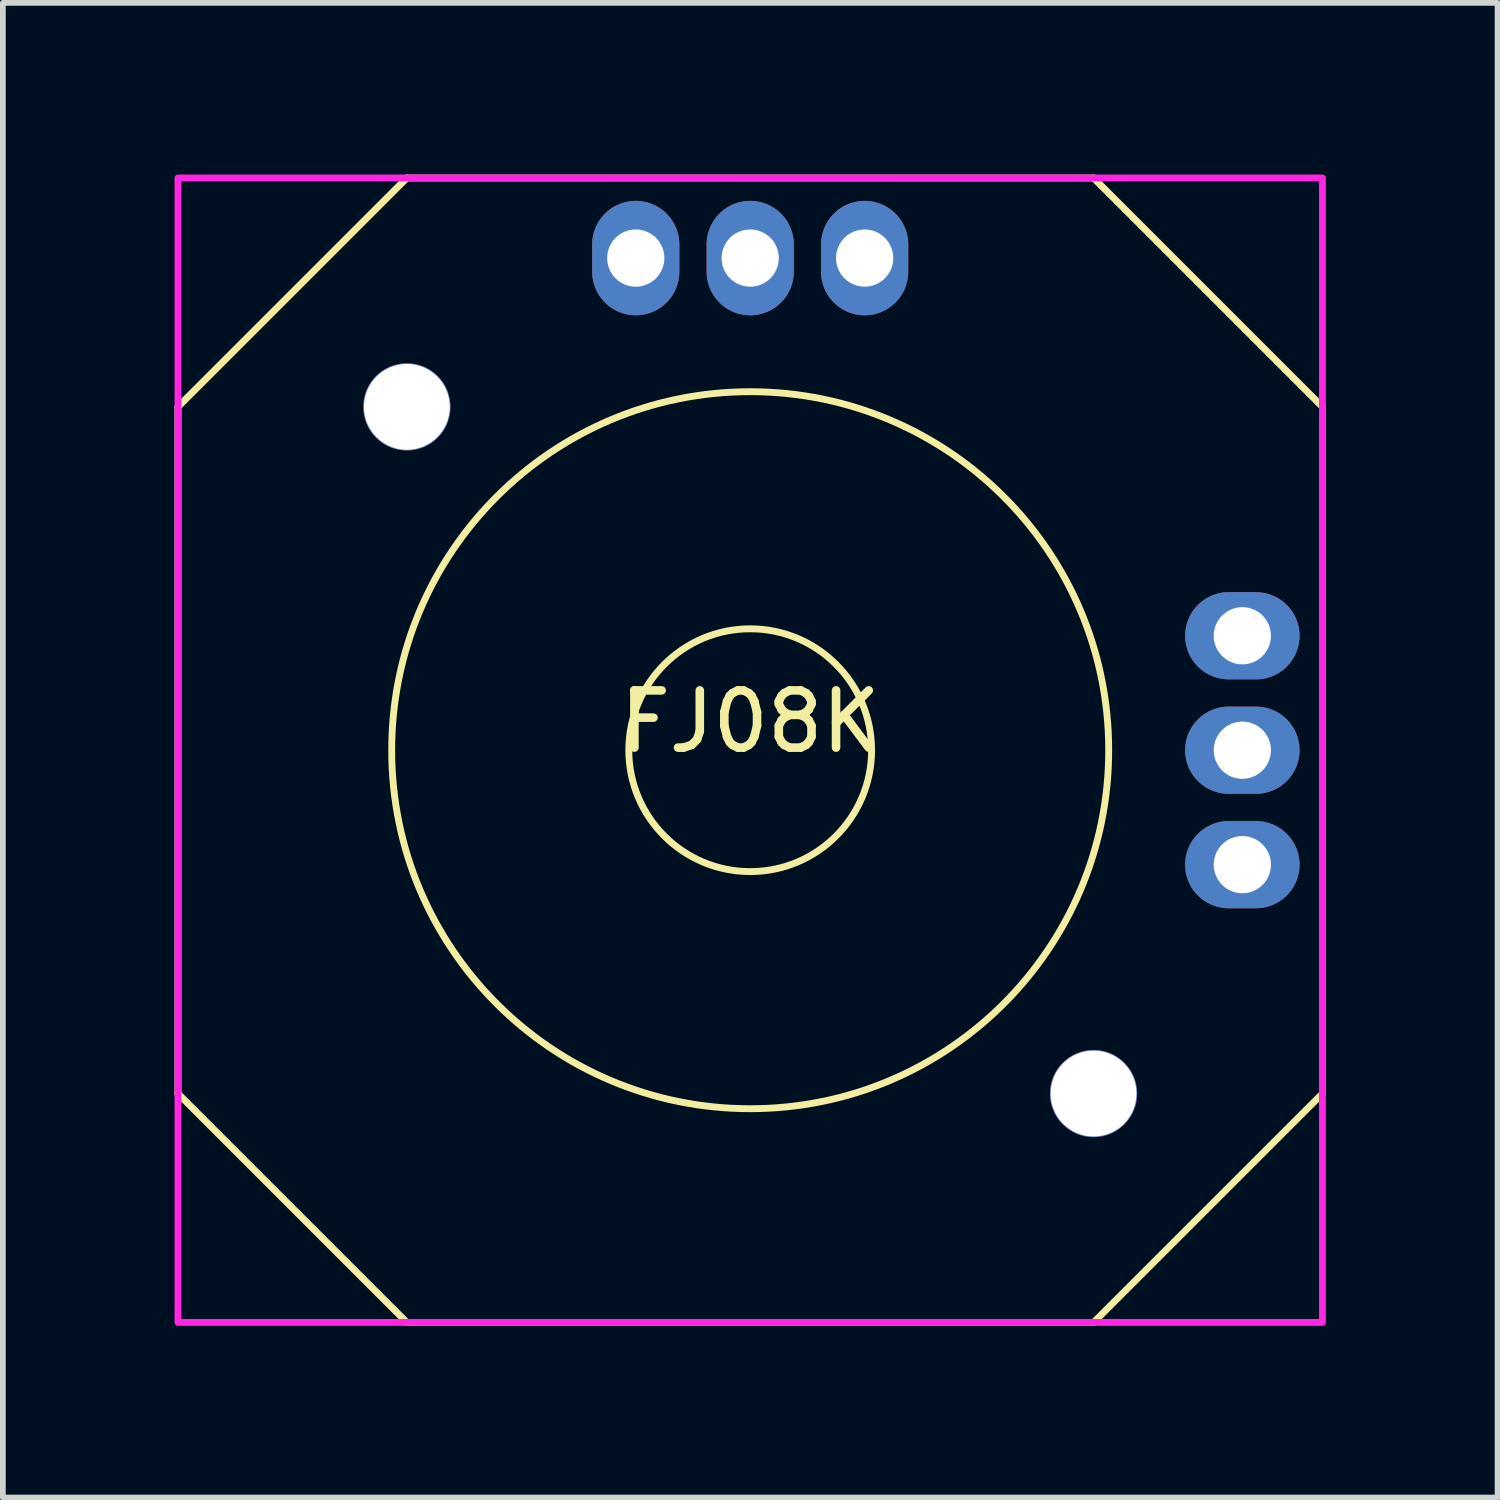
<source format=kicad_pcb>
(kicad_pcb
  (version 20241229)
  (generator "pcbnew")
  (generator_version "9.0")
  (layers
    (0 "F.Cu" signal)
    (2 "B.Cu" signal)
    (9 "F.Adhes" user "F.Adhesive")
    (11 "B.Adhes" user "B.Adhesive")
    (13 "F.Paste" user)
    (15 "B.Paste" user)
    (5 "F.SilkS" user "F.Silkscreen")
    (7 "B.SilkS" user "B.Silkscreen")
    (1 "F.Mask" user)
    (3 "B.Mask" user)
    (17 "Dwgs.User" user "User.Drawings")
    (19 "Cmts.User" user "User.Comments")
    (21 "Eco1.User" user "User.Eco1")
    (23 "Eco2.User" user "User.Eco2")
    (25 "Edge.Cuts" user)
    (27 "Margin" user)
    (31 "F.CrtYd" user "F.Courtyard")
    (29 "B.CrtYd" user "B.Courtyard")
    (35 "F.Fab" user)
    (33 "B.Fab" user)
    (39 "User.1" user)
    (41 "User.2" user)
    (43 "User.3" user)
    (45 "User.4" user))
  (footprint "FJ08K"
    (layer "F.Cu")
    (at 10.06 10.06)
    (property "Reference" "FJ08K" (at 0 -0.5 0) (unlocked yes) (layer "F.SilkS") (effects (font (size 1 1) (thickness 0.15))))
    (attr through_hole)
    (fp_line (start -10 6) (end -10 -6) (stroke (width 0.12) (type solid)) (layer "F.SilkS"))
    (fp_line (start -10 6) (end -6 10) (stroke (width 0.12) (type solid)) (layer "F.SilkS"))
    (fp_line (start -6 -10) (end -10 -6) (stroke (width 0.12) (type solid)) (layer "F.SilkS"))
    (fp_line (start -6 -10) (end 6 -10) (stroke (width 0.12) (type solid)) (layer "F.SilkS"))
    (fp_line (start 6 -10) (end 10 -6) (stroke (width 0.12) (type solid)) (layer "F.SilkS"))
    (fp_line (start 6 10) (end -6 10) (stroke (width 0.12) (type solid)) (layer "F.SilkS"))
    (fp_line (start 10 -6) (end 10 6) (stroke (width 0.12) (type solid)) (layer "F.SilkS"))
    (fp_line (start 10 6) (end 6 10) (stroke (width 0.12) (type solid)) (layer "F.SilkS"))
    (fp_circle (center 0 0) (end -5.5 -3) (stroke (width 0.12) (type solid)) (fill no) (layer "F.SilkS"))
    (fp_circle (center 0 0) (end -1.5 -1.5) (stroke (width 0.12) (type solid)) (fill no) (layer "F.SilkS"))
    (fp_rect (start -10 -10) (end 10 10) (stroke (width 0.12) (type solid)) (fill no) (layer "F.CrtYd"))
    (pad "" np_thru_hole circle (at -6 -6) (size 1.524 1.524) (drill 1.5) (layers "*.Cu" "*.Mask"))
    (pad "" np_thru_hole circle (at 6 6) (size 1.524 1.524) (drill 1.5) (layers "*.Cu" "*.Mask"))
    (pad "1" thru_hole oval (at 2 -8.6) (size 1.524 2) (drill 1) (layers "*.Cu" "*.Mask"))
    (pad "2" thru_hole oval (at 0 -8.6) (size 1.524 2) (drill 1) (layers "*.Cu" "*.Mask"))
    (pad "3" thru_hole oval (at -2 -8.6) (size 1.524 2) (drill 1) (layers "*.Cu" "*.Mask"))
    (pad "4" thru_hole oval (at 8.6 2 90) (size 1.524 2) (drill 1) (layers "*.Cu" "*.Mask"))
    (pad "5" thru_hole oval (at 8.6 0 90) (size 1.524 2) (drill 1) (layers "*.Cu" "*.Mask"))
    (pad "6" thru_hole oval (at 8.6 -2 90) (size 1.524 2) (drill 1) (layers "*.Cu" "*.Mask")))
  (gr_rect
    (start -3 -3)
    (end 23.12 23.12)
    (stroke (width 0.1) (type default))
    (fill no)
    (layer "Edge.Cuts")))
</source>
